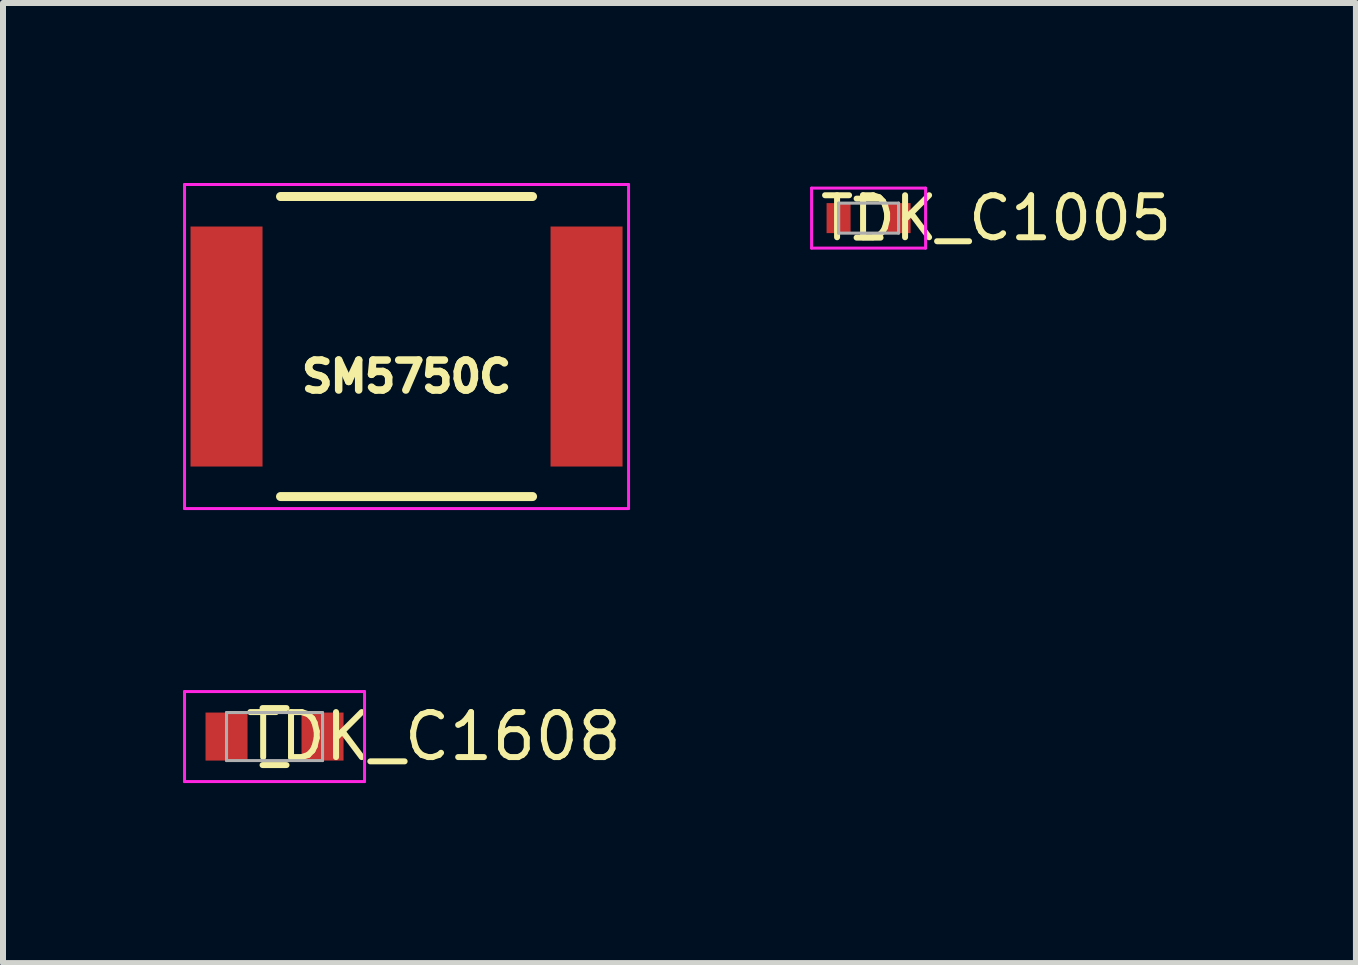
<source format=kicad_pcb>
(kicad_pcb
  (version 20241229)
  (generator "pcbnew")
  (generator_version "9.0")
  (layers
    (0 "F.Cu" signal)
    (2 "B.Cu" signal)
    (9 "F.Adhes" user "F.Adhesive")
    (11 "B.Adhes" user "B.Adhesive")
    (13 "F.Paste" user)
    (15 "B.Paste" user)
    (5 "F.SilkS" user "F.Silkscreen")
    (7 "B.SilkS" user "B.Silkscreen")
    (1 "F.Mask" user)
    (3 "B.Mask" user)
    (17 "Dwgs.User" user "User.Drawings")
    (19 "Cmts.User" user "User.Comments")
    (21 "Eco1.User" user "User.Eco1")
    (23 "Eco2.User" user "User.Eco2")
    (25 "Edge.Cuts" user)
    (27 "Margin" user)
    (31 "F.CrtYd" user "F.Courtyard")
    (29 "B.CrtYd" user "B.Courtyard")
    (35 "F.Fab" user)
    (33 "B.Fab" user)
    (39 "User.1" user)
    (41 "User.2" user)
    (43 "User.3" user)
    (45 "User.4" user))
  (footprint "TDK_C1608"
    (layer "F.Cu")
    (at 1.525 9.225)
    (property "Reference" "TDK_C1608" (at 2.65 0 0) (layer "F.SilkS") (effects (font (size 0.75 0.75) (thickness 0.1))))
    (attr smd)
    (fp_line (start -0.2 -0.475) (end 0.2 -0.475) (stroke (width 0.099) (type solid)) (layer "F.SilkS"))
    (fp_line (start -0.2 0.475) (end 0.2 0.475) (stroke (width 0.099) (type solid)) (layer "F.SilkS"))
    (fp_line (start -1.5 -0.75) (end 1.5 -0.75) (stroke (width 0.05) (type solid)) (layer "F.CrtYd"))
    (fp_line (start -1.5 0.75) (end -1.5 -0.75) (stroke (width 0.05) (type solid)) (layer "F.CrtYd"))
    (fp_line (start 1.5 -0.75) (end 1.5 0.75) (stroke (width 0.05) (type solid)) (layer "F.CrtYd"))
    (fp_line (start 1.5 0.75) (end -1.5 0.75) (stroke (width 0.05) (type solid)) (layer "F.CrtYd"))
    (fp_line (start -0.8 -0.4) (end -0.8 0.4) (stroke (width 0.051) (type solid)) (layer "F.Fab"))
    (fp_line (start -0.8 0.4) (end 0.8 0.4) (stroke (width 0.051) (type solid)) (layer "F.Fab"))
    (fp_line (start 0.8 -0.4) (end -0.8 -0.4) (stroke (width 0.051) (type solid)) (layer "F.Fab"))
    (fp_line (start 0.8 0.4) (end 0.8 -0.4) (stroke (width 0.051) (type solid)) (layer "F.Fab"))
    (pad "1" smd rect (at -0.8 0) (size 0.7 0.8) (layers "F.Cu" "F.Mask" "F.Paste"))
    (pad "2" smd rect (at 0.8 0) (size 0.7 0.8) (layers "F.Cu" "F.Mask" "F.Paste")))
  (footprint "TDK_C1005"
    (layer "F.Cu")
    (at 11.425 0.585)
    (property "Reference" "TDK_C1005" (at 2.125 0 0) (layer "F.SilkS") (effects (font (size 0.7 0.7) (thickness 0.1))))
    (attr smd)
    (fp_line (start -0.2 -0.325) (end 0.2 -0.325) (stroke (width 0.099) (type solid)) (layer "F.SilkS"))
    (fp_line (start -0.2 0.325) (end 0.2 0.325) (stroke (width 0.099) (type solid)) (layer "F.SilkS"))
    (fp_line (start -0.95 -0.5) (end -0.95 0.5) (stroke (width 0.05) (type solid)) (layer "F.CrtYd"))
    (fp_line (start -0.95 0.5) (end 0.95 0.5) (stroke (width 0.05) (type solid)) (layer "F.CrtYd"))
    (fp_line (start 0.95 -0.5) (end -0.95 -0.5) (stroke (width 0.05) (type solid)) (layer "F.CrtYd"))
    (fp_line (start 0.95 0.5) (end 0.95 -0.5) (stroke (width 0.05) (type solid)) (layer "F.CrtYd"))
    (fp_line (start -0.5 -0.25) (end -0.5 0.25) (stroke (width 0.051) (type solid)) (layer "F.Fab"))
    (fp_line (start -0.5 0.25) (end 0.5 0.25) (stroke (width 0.051) (type solid)) (layer "F.Fab"))
    (fp_line (start 0.5 -0.25) (end -0.5 -0.25) (stroke (width 0.051) (type solid)) (layer "F.Fab"))
    (fp_line (start 0.5 0.25) (end 0.5 -0.25) (stroke (width 0.051) (type solid)) (layer "F.Fab"))
    (pad "1" smd rect (at -0.5 0) (size 0.4 0.5) (layers "F.Cu" "F.Mask" "F.Paste"))
    (pad "2" smd rect (at 0.5 0) (size 0.4 0.5) (layers "F.Cu" "F.Mask" "F.Paste")))
  (footprint "SM5750C"
    (layer "F.Cu")
    (at 3.725 2.725)
    (property "Reference" "SM5750C" (at 0 0.5 0) (layer "F.SilkS") (effects (font (size 0.5 0.5) (thickness 0.125))))
    (attr through_hole)
    (fp_line (start -2.1 -2.5) (end 2.1 -2.5) (stroke (width 0.15) (type solid)) (layer "F.SilkS"))
    (fp_line (start -2.1 2.5) (end 2.1 2.5) (stroke (width 0.15) (type solid)) (layer "F.SilkS"))
    (fp_line (start -3.7 -2.7) (end 3.7 -2.7) (stroke (width 0.05) (type solid)) (layer "F.CrtYd"))
    (fp_line (start -3.7 2.7) (end -3.7 -2.7) (stroke (width 0.05) (type solid)) (layer "F.CrtYd"))
    (fp_line (start 3.7 -2.7) (end 3.7 2.7) (stroke (width 0.05) (type solid)) (layer "F.CrtYd"))
    (fp_line (start 3.7 2.7) (end -3.7 2.7) (stroke (width 0.05) (type solid)) (layer "F.CrtYd"))
    (pad "1" smd rect (at -3 0) (size 1.2 4) (layers "F.Cu" "F.Mask" "F.Paste"))
    (pad "2" smd rect (at 3 0) (size 1.2 4) (layers "F.Cu" "F.Mask" "F.Paste")))
  (gr_rect
    (start -3 -3)
    (end 19.547 13)
    (stroke (width 0.1) (type default))
    (fill no)
    (layer "Edge.Cuts")))
</source>
